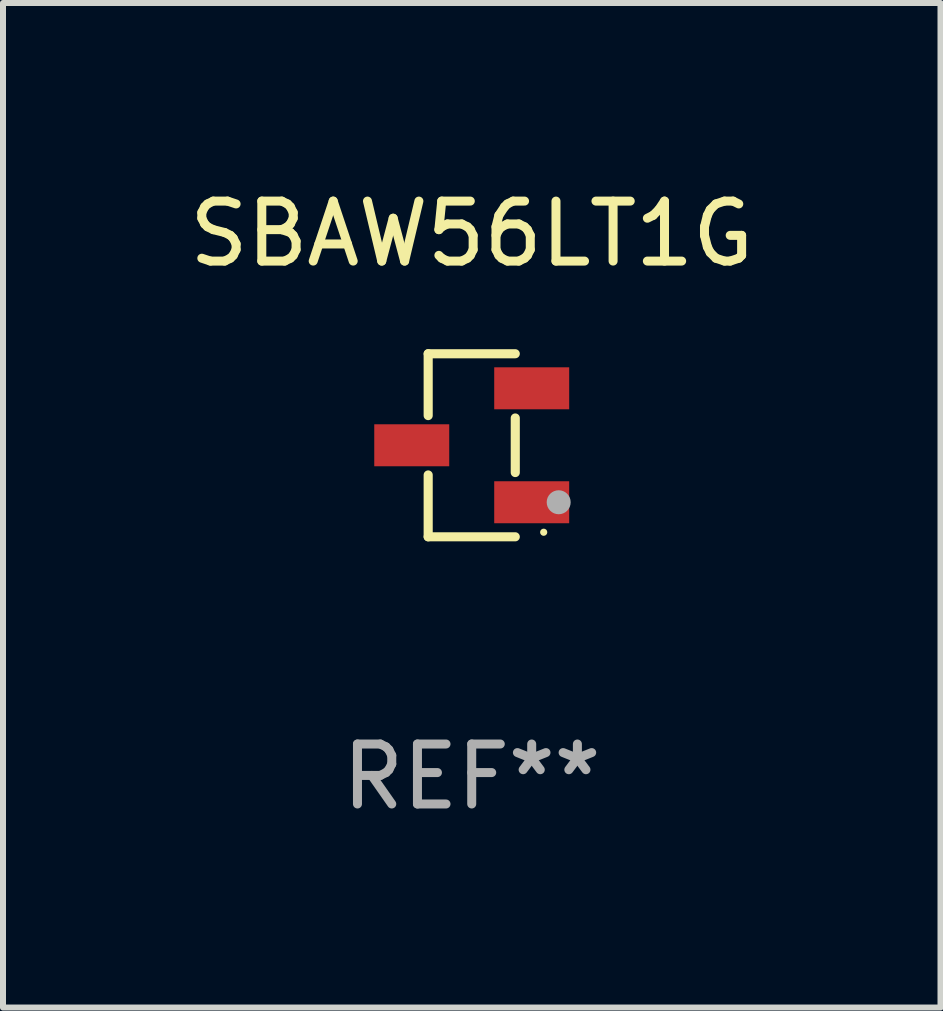
<source format=kicad_pcb>
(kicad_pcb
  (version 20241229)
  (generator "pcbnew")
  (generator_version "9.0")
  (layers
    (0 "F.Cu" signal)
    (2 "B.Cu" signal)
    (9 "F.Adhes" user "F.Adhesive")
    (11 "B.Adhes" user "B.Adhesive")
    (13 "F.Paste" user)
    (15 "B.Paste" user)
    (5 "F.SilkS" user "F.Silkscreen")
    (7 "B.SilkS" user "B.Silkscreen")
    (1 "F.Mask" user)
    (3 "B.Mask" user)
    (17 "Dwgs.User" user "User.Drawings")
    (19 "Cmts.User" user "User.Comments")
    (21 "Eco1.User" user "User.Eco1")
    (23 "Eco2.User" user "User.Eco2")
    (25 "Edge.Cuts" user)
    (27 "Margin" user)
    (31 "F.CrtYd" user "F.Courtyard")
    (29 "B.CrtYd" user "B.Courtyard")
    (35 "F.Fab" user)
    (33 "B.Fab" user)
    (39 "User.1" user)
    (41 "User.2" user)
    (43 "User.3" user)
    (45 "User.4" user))
  (footprint "SBAW56LT1G"
    (layer "F.Cu")
    (at 4.815 4.374)
    (property "Reference" "SBAW56LT1G" (at 0 -3.526 0) (layer "F.SilkS") (effects (font (size 1 1) (thickness 0.15))))
    (attr through_hole)
    (fp_line (start -0.726 -1.526) (end -0.726 -0.495) (stroke (width 0.152) (type solid)) (layer "F.SilkS"))
    (fp_line (start -0.726 1.526) (end -0.726 0.495) (stroke (width 0.152) (type solid)) (layer "F.SilkS"))
    (fp_line (start 0.726 -1.526) (end -0.726 -1.526) (stroke (width 0.152) (type solid)) (layer "F.SilkS"))
    (fp_line (start 0.726 -0.455) (end 0.726 0.455) (stroke (width 0.152) (type solid)) (layer "F.SilkS"))
    (fp_line (start 0.726 1.526) (end -0.726 1.526) (stroke (width 0.152) (type solid)) (layer "F.SilkS"))
    (fp_circle (center 1.2 1.45) (end 1.23 1.45) (stroke (width 0.06) (type solid)) (fill no) (layer "F.SilkS"))
    (fp_circle (center 1.45 0.95) (end 1.55 0.95) (stroke (width 0.2) (type solid)) (fill no) (layer "F.Fab"))
    (fp_text user "REF**" (at 0 5.526 0) (layer "F.Fab") (effects (font (size 1 1) (thickness 0.15))))
    (pad "1" smd rect (at 1 0.95) (size 1.25 0.7) (layers "F.Cu" "F.Mask" "F.Paste"))
    (pad "2" smd rect (at 1 -0.95) (size 1.25 0.7) (layers "F.Cu" "F.Mask" "F.Paste"))
    (pad "3" smd rect (at -1 0) (size 1.25 0.7) (layers "F.Cu" "F.Mask" "F.Paste")))
  (gr_rect
    (start -3 -3)
    (end 12.631 13.749)
    (stroke (width 0.1) (type default))
    (fill no)
    (layer "Edge.Cuts")))
</source>
